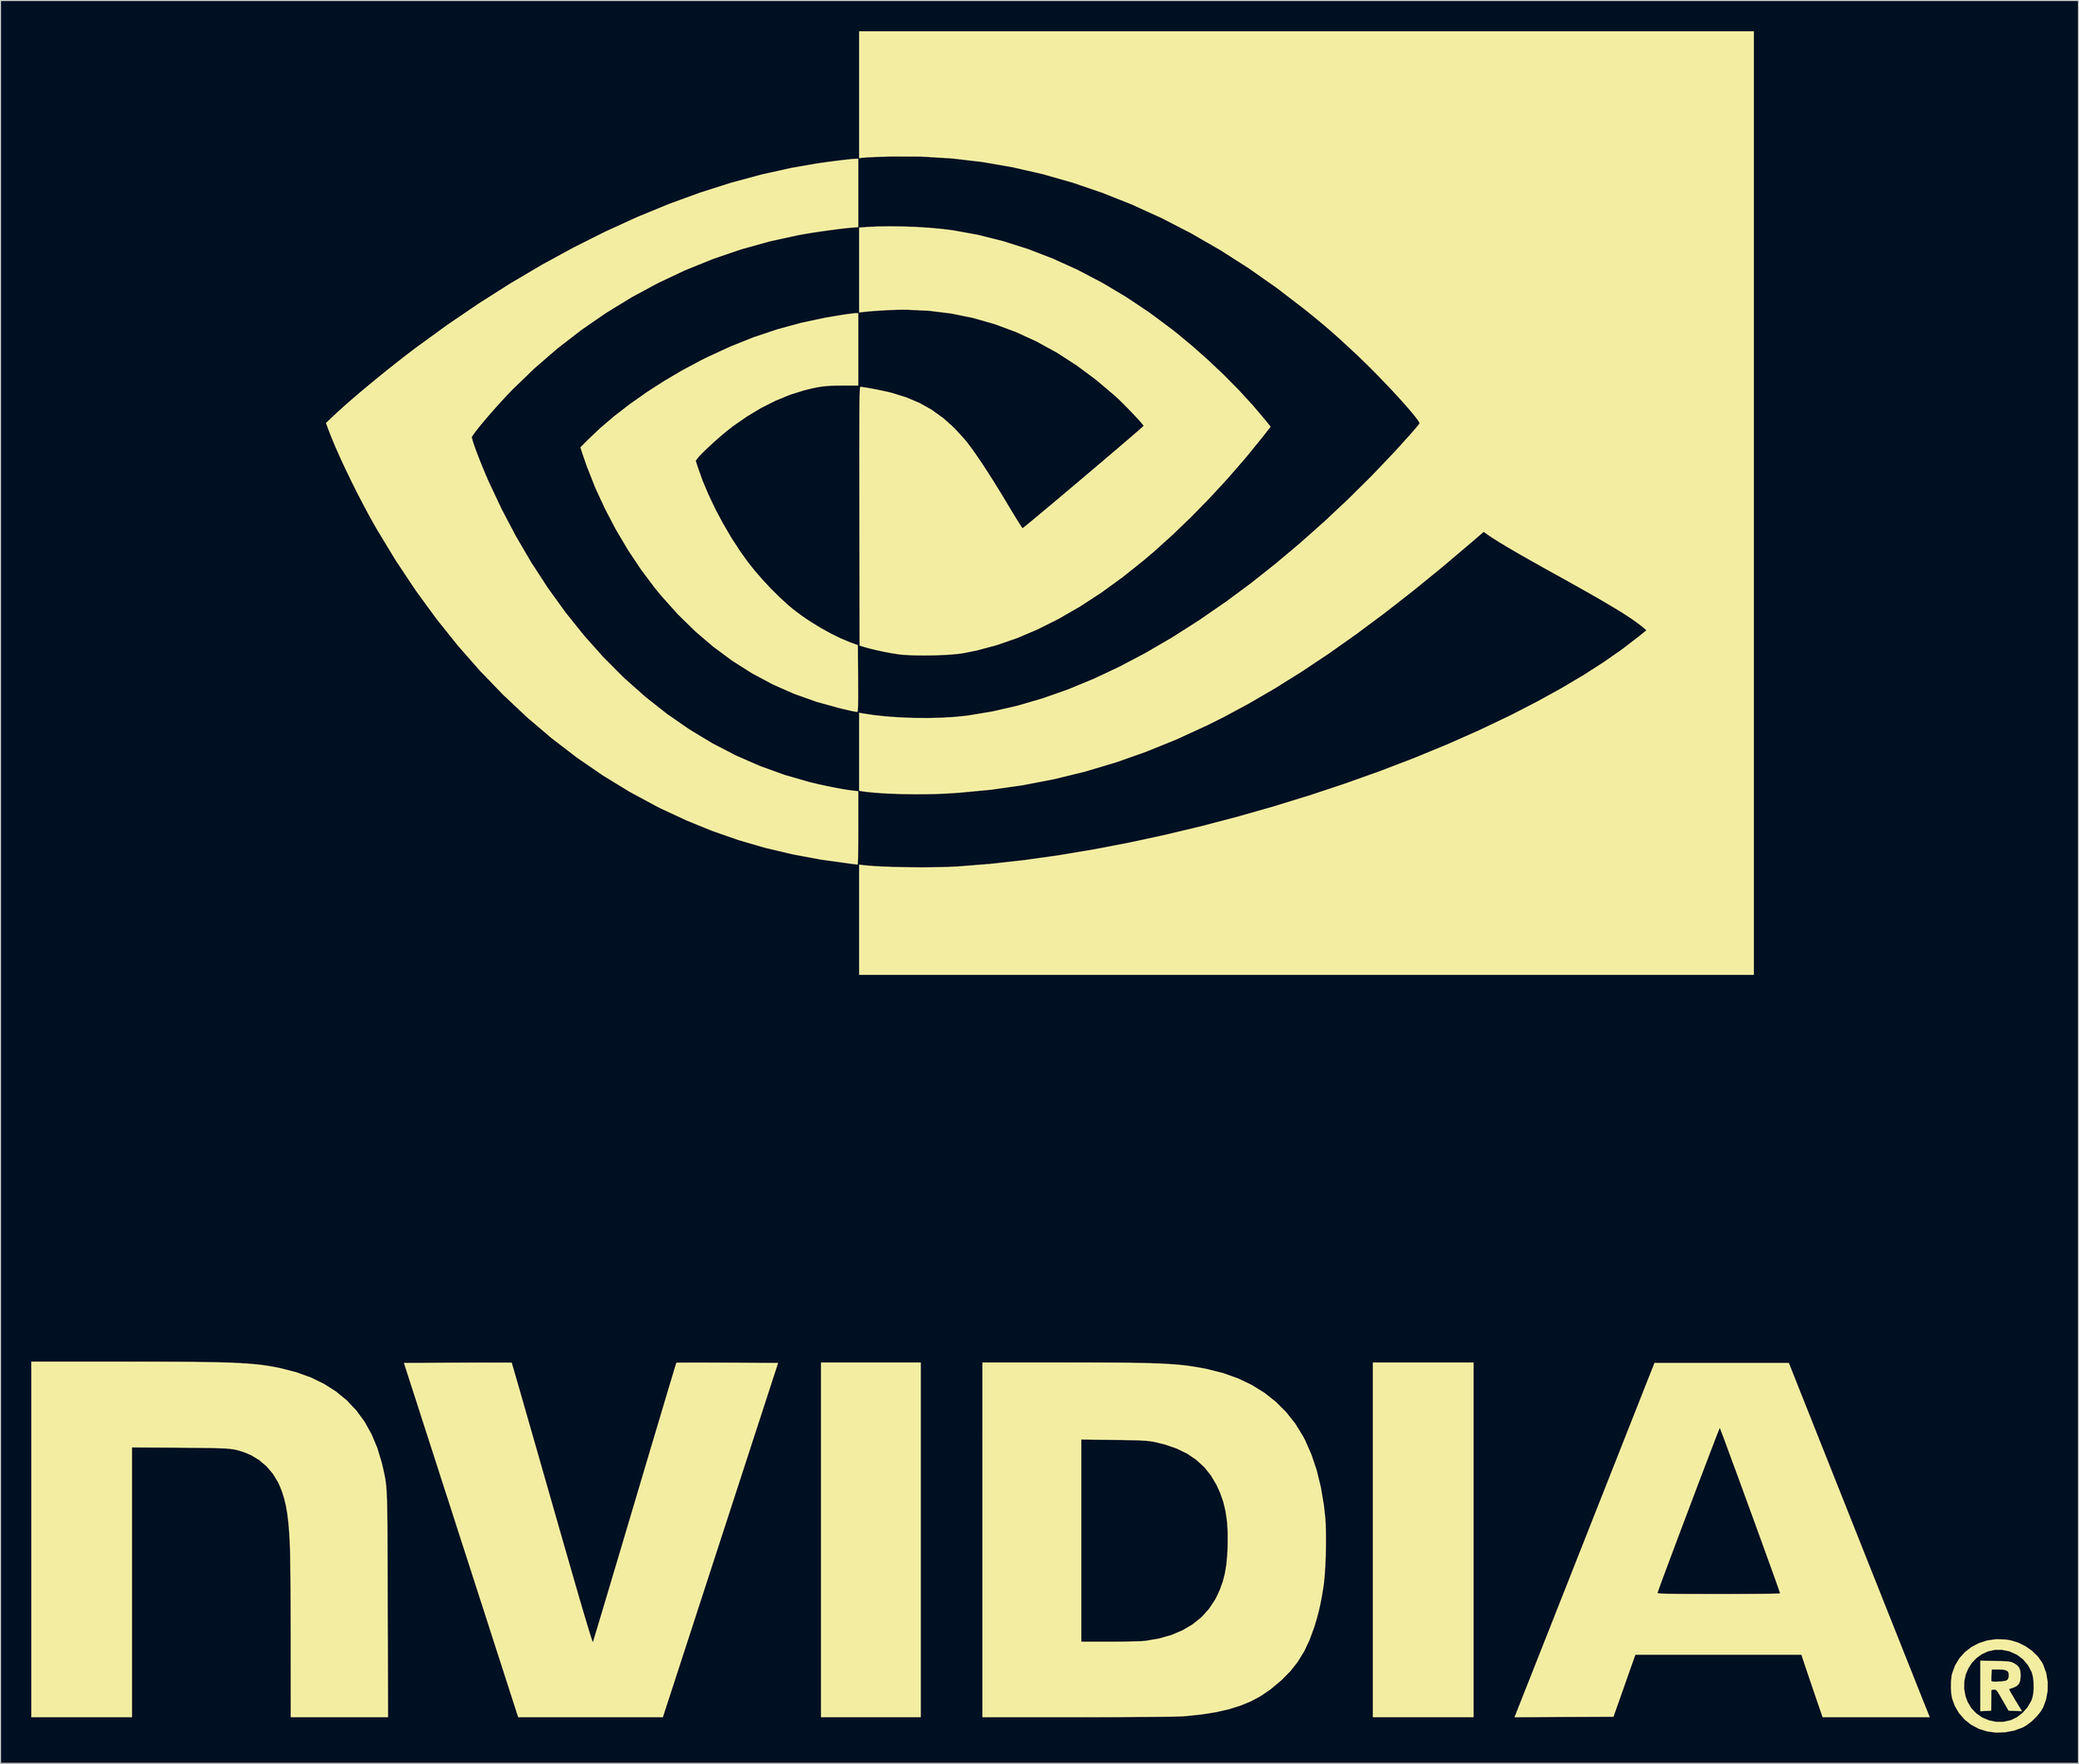
<source format=kicad_pcb>
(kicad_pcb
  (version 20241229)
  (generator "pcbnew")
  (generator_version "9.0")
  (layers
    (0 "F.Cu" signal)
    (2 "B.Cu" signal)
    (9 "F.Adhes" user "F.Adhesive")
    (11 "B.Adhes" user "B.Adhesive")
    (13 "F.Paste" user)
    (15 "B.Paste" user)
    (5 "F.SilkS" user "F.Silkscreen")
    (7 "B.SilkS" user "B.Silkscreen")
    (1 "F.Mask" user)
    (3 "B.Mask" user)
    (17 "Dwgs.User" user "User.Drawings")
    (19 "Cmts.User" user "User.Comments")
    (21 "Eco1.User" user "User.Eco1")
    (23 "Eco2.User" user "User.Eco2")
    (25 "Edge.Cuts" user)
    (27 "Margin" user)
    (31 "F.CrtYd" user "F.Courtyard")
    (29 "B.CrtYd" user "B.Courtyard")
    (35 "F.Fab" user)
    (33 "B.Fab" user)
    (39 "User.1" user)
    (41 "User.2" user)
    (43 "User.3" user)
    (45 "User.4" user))
  (footprint "nvidia_20x20_F"
    (layer "F.Cu")
    (at 98.388 85.942)
    (property "Reference" "nvidia_20x20_F" (at 0 0 0) (layer "F.SilkS") (effects (font (size 1.524 1.524) (thickness 0.3))))
    (attr through_hole)
    (fp_poly (pts (xy -11.599 78.655) (xy -21.336 78.655) (xy -21.336 44.027) (xy -11.599 44.027) (xy -11.599 78.655)) (stroke (width 0.01) (type solid)) (fill yes) (layer "F.SilkS"))
    (fp_poly (pts (xy 42.333 78.655) (xy 32.512 78.655) (xy 32.512 44.027) (xy 42.333 44.027) (xy 42.333 78.655)) (stroke (width 0.01) (type solid)) (fill yes) (layer "F.SilkS"))
    (fp_poly (pts (xy 93.239 73.166) (xy 93.787 73.179) (xy 94.194 73.195) (xy 94.492 73.218) (xy 94.708 73.251) (xy 94.873 73.298) (xy 95.017 73.361) (xy 95.034 73.369) (xy 95.369 73.587) (xy 95.579 73.84) (xy 95.687 74.172) (xy 95.715 74.591) (xy 95.68 75.047) (xy 95.561 75.376) (xy 95.341 75.607) (xy 95.002 75.77) (xy 94.988 75.775) (xy 94.76 75.853) (xy 94.61 75.908) (xy 94.582 75.92) (xy 94.612 75.996) (xy 94.716 76.19) (xy 94.881 76.476) (xy 95.09 76.829) (xy 95.197 77.006) (xy 95.844 78.07) (xy 95.19 78.045) (xy 94.536 78.02) (xy 93.942 76.979) (xy 93.705 76.568) (xy 93.532 76.283) (xy 93.405 76.102) (xy 93.306 76.003) (xy 93.216 75.964) (xy 93.118 75.962) (xy 93.105 75.963) (xy 92.863 75.988) (xy 92.85 77.004) (xy 92.837 78.02) (xy 92.308 78.046) (xy 91.779 78.071) (xy 91.779 74.845) (xy 92.856 74.845) (xy 92.859 75.059) (xy 92.872 75.149) (xy 92.988 75.178) (xy 93.22 75.188) (xy 93.518 75.181) (xy 93.83 75.16) (xy 94.106 75.127) (xy 94.293 75.086) (xy 94.319 75.075) (xy 94.467 74.958) (xy 94.539 74.767) (xy 94.556 74.618) (xy 94.544 74.356) (xy 94.449 74.175) (xy 94.249 74.065) (xy 93.922 74.011) (xy 93.545 73.999) (xy 92.894 73.999) (xy 92.865 74.556) (xy 92.856 74.845) (xy 91.779 74.845) (xy 91.779 73.138) (xy 93.239 73.166)) (stroke (width 0.01) (type solid)) (fill yes) (layer "F.SilkS"))
    (fp_poly (pts (xy 94.181 71.067) (xy 94.763 71.159) (xy 95.5 71.387) (xy 96.204 71.74) (xy 96.843 72.195) (xy 97.386 72.728) (xy 97.804 73.317) (xy 97.909 73.519) (xy 98.207 74.35) (xy 98.352 75.222) (xy 98.342 76.106) (xy 98.178 76.975) (xy 97.909 77.695) (xy 97.637 78.145) (xy 97.251 78.613) (xy 96.797 79.054) (xy 96.317 79.425) (xy 95.927 79.651) (xy 95.088 79.96) (xy 94.188 80.129) (xy 93.272 80.155) (xy 92.456 80.047) (xy 91.633 79.789) (xy 90.887 79.393) (xy 90.236 78.874) (xy 89.694 78.249) (xy 89.279 77.532) (xy 89.03 76.831) (xy 88.944 76.342) (xy 88.914 75.875) (xy 90.197 75.875) (xy 90.326 76.592) (xy 90.539 77.172) (xy 90.908 77.784) (xy 91.395 78.294) (xy 91.975 78.692) (xy 92.624 78.968) (xy 93.316 79.11) (xy 94.027 79.11) (xy 94.733 78.956) (xy 94.765 78.945) (xy 95.359 78.655) (xy 95.907 78.23) (xy 96.373 77.704) (xy 96.726 77.113) (xy 96.833 76.848) (xy 96.938 76.401) (xy 96.986 75.861) (xy 96.979 75.29) (xy 96.919 74.748) (xy 96.806 74.299) (xy 96.788 74.253) (xy 96.429 73.568) (xy 95.948 73) (xy 95.353 72.555) (xy 94.649 72.239) (xy 94.585 72.219) (xy 93.865 72.073) (xy 93.175 72.081) (xy 92.527 72.228) (xy 91.933 72.498) (xy 91.406 72.876) (xy 90.958 73.348) (xy 90.6 73.899) (xy 90.346 74.514) (xy 90.208 75.178) (xy 90.197 75.875) (xy 88.914 75.875) (xy 88.907 75.765) (xy 88.918 75.17) (xy 88.977 74.629) (xy 89.026 74.397) (xy 89.315 73.607) (xy 89.737 72.905) (xy 90.276 72.302) (xy 90.917 71.806) (xy 91.644 71.425) (xy 92.441 71.169) (xy 93.292 71.047) (xy 94.181 71.067)) (stroke (width 0.01) (type solid)) (fill yes) (layer "F.SilkS"))
    (fp_poly (pts (xy -89.725 43.944) (xy -87.967 43.945) (xy -86.367 43.948) (xy -84.916 43.953) (xy -83.605 43.961) (xy -82.422 43.971) (xy -81.357 43.985) (xy -80.401 44.003) (xy -79.543 44.025) (xy -78.773 44.052) (xy -78.082 44.084) (xy -77.458 44.121) (xy -76.891 44.164) (xy -76.372 44.213) (xy -75.891 44.269) (xy -75.436 44.333) (xy -74.999 44.404) (xy -74.569 44.482) (xy -74.135 44.57) (xy -74.053 44.587) (xy -72.516 44.982) (xy -71.102 45.494) (xy -69.811 46.123) (xy -68.643 46.868) (xy -67.596 47.731) (xy -66.672 48.71) (xy -65.87 49.807) (xy -65.19 51.022) (xy -64.631 52.354) (xy -64.194 53.804) (xy -64.103 54.187) (xy -64.038 54.474) (xy -63.979 54.734) (xy -63.927 54.976) (xy -63.88 55.21) (xy -63.838 55.446) (xy -63.802 55.694) (xy -63.77 55.963) (xy -63.742 56.263) (xy -63.719 56.605) (xy -63.699 56.998) (xy -63.682 57.451) (xy -63.668 57.975) (xy -63.656 58.579) (xy -63.647 59.273) (xy -63.639 60.068) (xy -63.633 60.971) (xy -63.628 61.995) (xy -63.623 63.147) (xy -63.619 64.439) (xy -63.615 65.88) (xy -63.61 67.479) (xy -63.61 67.627) (xy -63.578 78.655) (xy -73.067 78.655) (xy -73.07 71.311) (xy -73.071 70.154) (xy -73.075 69.005) (xy -73.079 67.882) (xy -73.085 66.801) (xy -73.093 65.779) (xy -73.101 64.833) (xy -73.111 63.98) (xy -73.121 63.237) (xy -73.132 62.621) (xy -73.144 62.15) (xy -73.15 61.976) (xy -73.21 60.78) (xy -73.293 59.731) (xy -73.404 58.807) (xy -73.546 57.989) (xy -73.724 57.254) (xy -73.941 56.581) (xy -74.201 55.95) (xy -74.315 55.711) (xy -74.802 54.903) (xy -75.412 54.182) (xy -76.123 53.57) (xy -76.911 53.086) (xy -77.526 52.826) (xy -77.793 52.734) (xy -78.034 52.656) (xy -78.265 52.59) (xy -78.501 52.535) (xy -78.76 52.491) (xy -79.056 52.455) (xy -79.405 52.427) (xy -79.824 52.405) (xy -80.327 52.389) (xy -80.932 52.376) (xy -81.654 52.366) (xy -82.509 52.358) (xy -83.513 52.35) (xy -83.841 52.348) (xy -88.561 52.314) (xy -88.561 78.655) (xy -98.383 78.655) (xy -98.383 43.942) (xy -89.725 43.944)) (stroke (width 0.01) (type solid)) (fill yes) (layer "F.SilkS"))
    (fp_poly (pts (xy -17.695 -54.885) (xy -17.695 -51.35) (xy -19.24 -51.35) (xy -19.967 -51.343) (xy -20.576 -51.319) (xy -21.119 -51.27) (xy -21.646 -51.191) (xy -22.21 -51.075) (xy -22.862 -50.915) (xy -23.012 -50.876) (xy -24.375 -50.448) (xy -25.771 -49.873) (xy -27.175 -49.163) (xy -28.564 -48.33) (xy -29.915 -47.388) (xy -30.48 -46.95) (xy -30.886 -46.616) (xy -31.33 -46.234) (xy -31.787 -45.827) (xy -32.23 -45.42) (xy -32.636 -45.036) (xy -32.978 -44.698) (xy -33.231 -44.431) (xy -33.332 -44.31) (xy -33.557 -44.014) (xy -33.364 -43.407) (xy -32.9 -42.099) (xy -32.322 -40.72) (xy -31.649 -39.305) (xy -30.899 -37.89) (xy -30.091 -36.509) (xy -29.242 -35.198) (xy -28.502 -34.163) (xy -27.805 -33.284) (xy -27.022 -32.38) (xy -26.188 -31.488) (xy -25.339 -30.647) (xy -24.512 -29.893) (xy -24.003 -29.468) (xy -23.196 -28.862) (xy -22.297 -28.258) (xy -21.347 -27.679) (xy -20.387 -27.148) (xy -19.455 -26.687) (xy -18.592 -26.321) (xy -18.415 -26.255) (xy -17.738 -26.01) (xy -17.716 -22.742) (xy -17.711 -21.881) (xy -17.709 -21.176) (xy -17.712 -20.614) (xy -17.718 -20.182) (xy -17.729 -19.866) (xy -17.745 -19.654) (xy -17.766 -19.531) (xy -17.793 -19.486) (xy -17.8 -19.485) (xy -17.963 -19.508) (xy -18.119 -19.533) (xy -18.274 -19.565) (xy -18.559 -19.629) (xy -18.938 -19.717) (xy -19.375 -19.819) (xy -19.556 -19.863) (xy -21.79 -20.481) (xy -23.951 -21.252) (xy -26.037 -22.175) (xy -28.049 -23.25) (xy -29.985 -24.476) (xy -31.846 -25.853) (xy -33.631 -27.381) (xy -35.339 -29.059) (xy -36.969 -30.887) (xy -37.57 -31.623) (xy -38.901 -33.4) (xy -40.163 -35.297) (xy -41.339 -37.281) (xy -42.411 -39.322) (xy -43.363 -41.389) (xy -44.178 -43.451) (xy -44.491 -44.353) (xy -44.809 -45.315) (xy -44.1 -46.032) (xy -42.863 -47.207) (xy -41.48 -48.384) (xy -39.971 -49.549) (xy -38.358 -50.686) (xy -36.664 -51.779) (xy -34.91 -52.815) (xy -33.117 -53.777) (xy -32.554 -54.06) (xy -30.232 -55.135) (xy -27.93 -56.057) (xy -25.62 -56.833) (xy -23.274 -57.473) (xy -20.865 -57.986) (xy -19.262 -58.254) (xy -18.828 -58.316) (xy -18.436 -58.368) (xy -18.127 -58.404) (xy -17.94 -58.419) (xy -17.928 -58.419) (xy -17.695 -58.42) (xy -17.695 -54.885)) (stroke (width 0.01) (type solid)) (fill yes) (layer "F.SilkS"))
    (fp_poly (pts (xy -52.809 44.039) (xy -52.285 44.04) (xy -51.885 44.042) (xy -51.622 44.045) (xy -51.513 44.049) (xy -51.511 44.05) (xy -51.485 44.133) (xy -51.416 44.37) (xy -51.304 44.753) (xy -51.154 45.273) (xy -50.967 45.923) (xy -50.745 46.694) (xy -50.492 47.577) (xy -50.209 48.563) (xy -49.898 49.646) (xy -49.563 50.815) (xy -49.206 52.063) (xy -48.829 53.381) (xy -48.434 54.761) (xy -48.025 56.194) (xy -47.602 57.672) (xy -47.571 57.781) (xy -47.024 59.697) (xy -46.52 61.454) (xy -46.061 63.054) (xy -45.644 64.502) (xy -45.269 65.8) (xy -44.934 66.952) (xy -44.639 67.961) (xy -44.383 68.831) (xy -44.164 69.565) (xy -43.982 70.167) (xy -43.835 70.64) (xy -43.723 70.987) (xy -43.645 71.211) (xy -43.599 71.317) (xy -43.587 71.325) (xy -43.556 71.227) (xy -43.479 70.976) (xy -43.359 70.579) (xy -43.199 70.046) (xy -43 69.384) (xy -42.766 68.603) (xy -42.5 67.711) (xy -42.203 66.716) (xy -41.878 65.628) (xy -41.529 64.454) (xy -41.156 63.203) (xy -40.764 61.884) (xy -40.354 60.505) (xy -39.929 59.075) (xy -39.498 57.624) (xy -39.062 56.155) (xy -38.638 54.729) (xy -38.23 53.356) (xy -37.839 52.044) (xy -37.469 50.802) (xy -37.122 49.637) (xy -36.801 48.559) (xy -36.507 47.576) (xy -36.244 46.695) (xy -36.014 45.927) (xy -35.82 45.279) (xy -35.664 44.759) (xy -35.548 44.376) (xy -35.475 44.139) (xy -35.448 44.056) (xy -35.448 44.056) (xy -35.36 44.051) (xy -35.118 44.046) (xy -34.736 44.043) (xy -34.23 44.041) (xy -33.614 44.04) (xy -32.904 44.04) (xy -32.114 44.042) (xy -31.26 44.044) (xy -30.469 44.047) (xy -25.521 44.069) (xy -30.435 59.184) (xy -30.95 60.768) (xy -31.457 62.33) (xy -31.955 63.86) (xy -32.439 65.348) (xy -32.906 66.786) (xy -33.354 68.163) (xy -33.779 69.471) (xy -34.178 70.7) (xy -34.549 71.84) (xy -34.887 72.882) (xy -35.191 73.816) (xy -35.457 74.634) (xy -35.681 75.325) (xy -35.862 75.88) (xy -35.995 76.29) (xy -36.056 76.477) (xy -36.763 78.655) (xy -50.879 78.655) (xy -51.309 77.322) (xy -51.378 77.107) (xy -51.496 76.739) (xy -51.661 76.228) (xy -51.87 75.58) (xy -52.12 74.806) (xy -52.407 73.913) (xy -52.731 72.911) (xy -53.086 71.807) (xy -53.472 70.61) (xy -53.885 69.329) (xy -54.322 67.972) (xy -54.781 66.548) (xy -55.259 65.066) (xy -55.753 63.533) (xy -56.261 61.959) (xy -56.779 60.352) (xy -56.883 60.029) (xy -62.027 44.069) (xy -56.781 44.047) (xy -55.855 44.044) (xy -54.98 44.041) (xy -54.172 44.04) (xy -53.443 44.039) (xy -52.809 44.039)) (stroke (width 0.01) (type solid)) (fill yes) (layer "F.SilkS"))
    (fp_poly (pts (xy 2.434 44.027) (xy 4.055 44.028) (xy 5.517 44.031) (xy 6.834 44.037) (xy 8.017 44.046) (xy 9.076 44.058) (xy 10.025 44.075) (xy 10.875 44.097) (xy 11.637 44.124) (xy 12.323 44.157) (xy 12.944 44.196) (xy 13.513 44.243) (xy 14.041 44.296) (xy 14.54 44.358) (xy 15.021 44.429) (xy 15.497 44.508) (xy 15.978 44.597) (xy 16.327 44.666) (xy 17.885 45.056) (xy 19.34 45.574) (xy 20.688 46.218) (xy 21.925 46.984) (xy 23.048 47.872) (xy 24.054 48.877) (xy 24.939 49.998) (xy 25.699 51.232) (xy 25.905 51.629) (xy 26.522 53.036) (xy 27.031 54.554) (xy 27.432 56.19) (xy 27.728 57.95) (xy 27.86 59.117) (xy 27.903 59.75) (xy 27.928 60.504) (xy 27.935 61.342) (xy 27.926 62.227) (xy 27.902 63.121) (xy 27.863 63.987) (xy 27.811 64.786) (xy 27.746 65.482) (xy 27.69 65.913) (xy 27.541 66.822) (xy 27.39 67.613) (xy 27.226 68.338) (xy 27.036 69.049) (xy 26.808 69.798) (xy 26.782 69.879) (xy 26.328 71.122) (xy 25.804 72.23) (xy 25.19 73.232) (xy 24.467 74.153) (xy 23.616 75.02) (xy 22.619 75.86) (xy 22.419 76.013) (xy 21.559 76.596) (xy 20.624 77.098) (xy 19.601 77.523) (xy 18.476 77.876) (xy 17.235 78.16) (xy 15.864 78.38) (xy 14.35 78.541) (xy 14.012 78.567) (xy 13.736 78.581) (xy 13.3 78.594) (xy 12.714 78.606) (xy 11.985 78.616) (xy 11.125 78.626) (xy 10.141 78.634) (xy 9.044 78.641) (xy 7.842 78.647) (xy 6.546 78.651) (xy 5.163 78.654) (xy 3.704 78.655) (xy 3.619 78.655) (xy -5.588 78.655) (xy -5.588 71.289) (xy 4.064 71.289) (xy 6.839 71.289) (xy 7.547 71.287) (xy 8.234 71.279) (xy 8.873 71.267) (xy 9.437 71.252) (xy 9.898 71.233) (xy 10.23 71.213) (xy 10.332 71.203) (xy 11.647 70.977) (xy 12.853 70.632) (xy 13.946 70.17) (xy 14.921 69.594) (xy 15.775 68.907) (xy 16.504 68.109) (xy 17.105 67.205) (xy 17.251 66.929) (xy 17.594 66.182) (xy 17.863 65.433) (xy 18.066 64.651) (xy 18.21 63.8) (xy 18.302 62.847) (xy 18.346 61.891) (xy 18.349 60.661) (xy 18.282 59.558) (xy 18.139 58.557) (xy 17.915 57.628) (xy 17.606 56.745) (xy 17.271 56.007) (xy 16.718 55.065) (xy 16.058 54.241) (xy 15.285 53.53) (xy 14.392 52.927) (xy 13.375 52.43) (xy 12.227 52.034) (xy 11.298 51.805) (xy 11.06 51.758) (xy 10.82 51.719) (xy 10.558 51.688) (xy 10.253 51.662) (xy 9.885 51.642) (xy 9.433 51.625) (xy 8.875 51.612) (xy 8.192 51.599) (xy 7.362 51.588) (xy 7.26 51.586) (xy 4.064 51.545) (xy 4.064 71.289) (xy -5.588 71.289) (xy -5.588 44.027) (xy 2.434 44.027)) (stroke (width 0.01) (type solid)) (fill yes) (layer "F.SilkS"))
    (fp_poly (pts (xy 79.551 60.325) (xy 80.188 61.929) (xy 80.812 63.499) (xy 81.42 65.028) (xy 82.008 66.508) (xy 82.573 67.931) (xy 83.113 69.289) (xy 83.624 70.573) (xy 84.102 71.777) (xy 84.545 72.892) (xy 84.95 73.909) (xy 85.313 74.822) (xy 85.631 75.621) (xy 85.901 76.3) (xy 86.12 76.85) (xy 86.284 77.263) (xy 86.391 77.532) (xy 86.426 77.618) (xy 86.843 78.655) (xy 76.389 78.655) (xy 75.629 76.433) (xy 75.413 75.8) (xy 75.2 75.172) (xy 74.999 74.582) (xy 74.823 74.061) (xy 74.682 73.641) (xy 74.596 73.385) (xy 74.323 72.559) (xy 58.12 72.559) (xy 57.053 75.586) (xy 55.985 78.613) (xy 51.159 78.635) (xy 46.333 78.657) (xy 47.93 74.613) (xy 48.141 74.078) (xy 48.41 73.397) (xy 48.732 72.582) (xy 49.102 71.645) (xy 49.516 70.597) (xy 49.968 69.451) (xy 50.455 68.219) (xy 50.971 66.911) (xy 51.123 66.527) (xy 60.282 66.527) (xy 60.314 66.548) (xy 60.417 66.566) (xy 60.601 66.582) (xy 60.875 66.595) (xy 61.25 66.606) (xy 61.734 66.615) (xy 62.338 66.622) (xy 63.071 66.627) (xy 63.944 66.63) (xy 64.965 66.632) (xy 66.146 66.633) (xy 66.247 66.633) (xy 67.236 66.632) (xy 68.175 66.629) (xy 69.049 66.625) (xy 69.847 66.62) (xy 70.553 66.613) (xy 71.154 66.605) (xy 71.637 66.597) (xy 71.988 66.587) (xy 72.194 66.577) (xy 72.244 66.569) (xy 72.219 66.485) (xy 72.141 66.254) (xy 72.014 65.891) (xy 71.842 65.407) (xy 71.631 64.816) (xy 71.385 64.131) (xy 71.109 63.365) (xy 70.807 62.53) (xy 70.485 61.64) (xy 70.147 60.708) (xy 69.797 59.746) (xy 69.441 58.767) (xy 69.083 57.785) (xy 68.728 56.812) (xy 68.381 55.861) (xy 68.046 54.946) (xy 67.727 54.078) (xy 67.431 53.272) (xy 67.161 52.54) (xy 66.922 51.895) (xy 66.719 51.349) (xy 66.557 50.917) (xy 66.44 50.61) (xy 66.373 50.442) (xy 66.359 50.414) (xy 66.325 50.485) (xy 66.237 50.703) (xy 66.098 51.054) (xy 65.916 51.525) (xy 65.693 52.104) (xy 65.435 52.777) (xy 65.147 53.532) (xy 64.833 54.356) (xy 64.499 55.236) (xy 64.149 56.159) (xy 63.788 57.114) (xy 63.421 58.086) (xy 63.052 59.063) (xy 62.687 60.032) (xy 62.331 60.981) (xy 61.987 61.897) (xy 61.662 62.766) (xy 61.359 63.576) (xy 61.084 64.315) (xy 60.842 64.969) (xy 60.637 65.526) (xy 60.474 65.972) (xy 60.358 66.296) (xy 60.293 66.484) (xy 60.282 66.527) (xy 51.123 66.527) (xy 51.512 65.54) (xy 52.074 64.117) (xy 52.651 62.655) (xy 53.239 61.165) (xy 53.834 59.659) (xy 54.43 58.149) (xy 54.757 57.319) (xy 59.988 44.069) (xy 73.094 44.069) (xy 79.551 60.325)) (stroke (width 0.01) (type solid)) (fill yes) (layer "F.SilkS"))
    (fp_poly (pts (xy -17.695 -66.82) (xy -18.394 -66.762) (xy -18.97 -66.705) (xy -19.669 -66.623) (xy -20.448 -66.522) (xy -21.265 -66.407) (xy -22.076 -66.285) (xy -22.838 -66.161) (xy -23.505 -66.043) (xy -26.331 -65.427) (xy -29.122 -64.648) (xy -31.871 -63.71) (xy -34.569 -62.617) (xy -37.21 -61.374) (xy -39.785 -59.985) (xy -42.287 -58.454) (xy -44.708 -56.784) (xy -47.04 -54.981) (xy -49.275 -53.049) (xy -51.406 -50.991) (xy -51.438 -50.958) (xy -51.954 -50.421) (xy -52.489 -49.845) (xy -53.028 -49.251) (xy -53.552 -48.657) (xy -54.045 -48.084) (xy -54.491 -47.55) (xy -54.872 -47.076) (xy -55.173 -46.681) (xy -55.375 -46.384) (xy -55.401 -46.341) (xy -55.392 -46.226) (xy -55.325 -45.975) (xy -55.207 -45.61) (xy -55.045 -45.152) (xy -54.847 -44.622) (xy -54.621 -44.04) (xy -54.375 -43.428) (xy -54.117 -42.805) (xy -53.854 -42.193) (xy -53.786 -42.037) (xy -52.489 -39.276) (xy -51.081 -36.601) (xy -49.568 -34.023) (xy -47.957 -31.551) (xy -46.256 -29.195) (xy -44.469 -26.965) (xy -42.606 -24.872) (xy -40.672 -22.925) (xy -40.471 -22.734) (xy -38.432 -20.925) (xy -36.33 -19.271) (xy -34.166 -17.772) (xy -31.941 -16.429) (xy -29.658 -15.244) (xy -27.318 -14.217) (xy -24.923 -13.35) (xy -22.475 -12.642) (xy -22.364 -12.614) (xy -21.627 -12.438) (xy -20.851 -12.268) (xy -20.077 -12.111) (xy -19.346 -11.975) (xy -18.699 -11.869) (xy -18.224 -11.806) (xy -17.695 -11.747) (xy -17.695 -8.159) (xy -17.697 -7.399) (xy -17.701 -6.694) (xy -17.707 -6.062) (xy -17.716 -5.52) (xy -17.726 -5.085) (xy -17.738 -4.776) (xy -17.751 -4.608) (xy -17.759 -4.583) (xy -17.868 -4.597) (xy -18.099 -4.626) (xy -18.406 -4.662) (xy -18.457 -4.669) (xy -21.338 -5.07) (xy -24.108 -5.585) (xy -26.786 -6.219) (xy -29.393 -6.979) (xy -31.948 -7.871) (xy -34.47 -8.899) (xy -36.979 -10.07) (xy -37.338 -10.249) (xy -40.009 -11.69) (xy -42.617 -13.286) (xy -45.158 -15.035) (xy -47.63 -16.933) (xy -50.03 -18.979) (xy -52.356 -21.17) (xy -54.605 -23.502) (xy -56.774 -25.974) (xy -58.86 -28.582) (xy -60.861 -31.324) (xy -62.775 -34.197) (xy -64.597 -37.199) (xy -64.872 -37.677) (xy -65.445 -38.703) (xy -66.03 -39.794) (xy -66.613 -40.924) (xy -67.184 -42.067) (xy -67.729 -43.197) (xy -68.236 -44.289) (xy -68.692 -45.316) (xy -69.086 -46.253) (xy -69.405 -47.075) (xy -69.432 -47.152) (xy -69.629 -47.695) (xy -68.906 -48.384) (xy -68.282 -48.964) (xy -67.542 -49.623) (xy -66.708 -50.346) (xy -65.8 -51.113) (xy -64.841 -51.907) (xy -63.852 -52.711) (xy -62.855 -53.505) (xy -61.871 -54.273) (xy -60.922 -54.997) (xy -60.894 -55.018) (xy -57.83 -57.248) (xy -54.748 -59.347) (xy -51.653 -61.315) (xy -48.552 -63.147) (xy -45.449 -64.84) (xy -42.352 -66.393) (xy -39.265 -67.803) (xy -36.194 -69.066) (xy -33.146 -70.181) (xy -30.125 -71.144) (xy -27.139 -71.953) (xy -24.193 -72.605) (xy -21.844 -73.015) (xy -21.246 -73.104) (xy -20.619 -73.191) (xy -19.992 -73.274) (xy -19.395 -73.348) (xy -18.858 -73.41) (xy -18.408 -73.457) (xy -18.076 -73.484) (xy -17.928 -73.491) (xy -17.695 -73.491) (xy -17.695 -66.82)) (stroke (width 0.01) (type solid)) (fill yes) (layer "F.SilkS"))
    (fp_poly (pts (xy -13.338 -66.883) (xy -12.057 -66.834) (xy -10.796 -66.755) (xy -9.601 -66.648) (xy -8.519 -66.515) (xy -8.444 -66.504) (xy -6.012 -66.061) (xy -3.577 -65.452) (xy -1.148 -64.68) (xy 1.27 -63.748) (xy 3.671 -62.66) (xy 6.047 -61.417) (xy 8.392 -60.023) (xy 10.7 -58.482) (xy 12.963 -56.795) (xy 13.377 -56.467) (xy 14.959 -55.153) (xy 16.52 -53.763) (xy 18.035 -52.323) (xy 19.475 -50.86) (xy 20.812 -49.402) (xy 22.019 -47.975) (xy 22.043 -47.945) (xy 22.536 -47.334) (xy 21.788 -46.379) (xy 20.171 -44.384) (xy 18.457 -42.402) (xy 16.673 -40.46) (xy 14.845 -38.586) (xy 12.998 -36.805) (xy 11.159 -35.146) (xy 10.16 -34.294) (xy 8.066 -32.623) (xy 5.983 -31.113) (xy 3.913 -29.765) (xy 1.857 -28.578) (xy -0.182 -27.555) (xy -2.203 -26.696) (xy -4.204 -26.003) (xy -6.183 -25.475) (xy -7.451 -25.222) (xy -8.011 -25.146) (xy -8.701 -25.085) (xy -9.482 -25.04) (xy -10.316 -25.011) (xy -11.163 -24.999) (xy -11.986 -25.005) (xy -12.745 -25.029) (xy -13.402 -25.072) (xy -13.753 -25.11) (xy -14.433 -25.215) (xy -15.185 -25.356) (xy -15.944 -25.52) (xy -16.645 -25.692) (xy -17.06 -25.808) (xy -17.568 -25.96) (xy -17.59 -38.592) (xy -17.593 -40.326) (xy -17.595 -41.898) (xy -17.596 -43.317) (xy -17.597 -44.588) (xy -17.596 -45.721) (xy -17.595 -46.722) (xy -17.593 -47.599) (xy -17.59 -48.359) (xy -17.586 -49.011) (xy -17.58 -49.561) (xy -17.574 -50.017) (xy -17.566 -50.388) (xy -17.557 -50.679) (xy -17.546 -50.9) (xy -17.534 -51.057) (xy -17.521 -51.158) (xy -17.506 -51.211) (xy -17.492 -51.223) (xy -17.295 -51.206) (xy -16.968 -51.157) (xy -16.548 -51.084) (xy -16.07 -50.994) (xy -15.569 -50.894) (xy -15.083 -50.79) (xy -14.645 -50.69) (xy -14.405 -50.629) (xy -12.999 -50.192) (xy -11.701 -49.639) (xy -10.497 -48.96) (xy -9.372 -48.146) (xy -8.312 -47.188) (xy -7.301 -46.074) (xy -7.082 -45.805) (xy -6.681 -45.278) (xy -6.211 -44.618) (xy -5.682 -43.84) (xy -5.106 -42.96) (xy -4.491 -41.994) (xy -3.849 -40.957) (xy -3.19 -39.866) (xy -3.133 -39.77) (xy -2.792 -39.201) (xy -2.478 -38.683) (xy -2.2 -38.231) (xy -1.97 -37.863) (xy -1.798 -37.596) (xy -1.695 -37.448) (xy -1.671 -37.423) (xy -1.594 -37.476) (xy -1.401 -37.63) (xy -1.101 -37.874) (xy -0.707 -38.199) (xy -0.228 -38.597) (xy 0.324 -39.058) (xy 0.937 -39.571) (xy 1.602 -40.129) (xy 2.306 -40.722) (xy 3.038 -41.34) (xy 3.789 -41.973) (xy 4.546 -42.614) (xy 5.298 -43.251) (xy 6.035 -43.876) (xy 6.745 -44.48) (xy 7.417 -45.053) (xy 8.04 -45.585) (xy 8.604 -46.068) (xy 9.097 -46.492) (xy 9.507 -46.848) (xy 9.825 -47.125) (xy 10.038 -47.316) (xy 10.137 -47.41) (xy 10.142 -47.418) (xy 10.06 -47.54) (xy 9.878 -47.759) (xy 9.615 -48.054) (xy 9.292 -48.404) (xy 8.929 -48.787) (xy 8.546 -49.182) (xy 8.164 -49.568) (xy 7.802 -49.924) (xy 7.481 -50.228) (xy 7.387 -50.315) (xy 5.526 -51.893) (xy 3.623 -53.31) (xy 1.679 -54.565) (xy -0.306 -55.656) (xy -2.329 -56.584) (xy -4.391 -57.348) (xy -6.49 -57.948) (xy -8.625 -58.383) (xy -10.794 -58.652) (xy -12.997 -58.756) (xy -13.293 -58.758) (xy -13.87 -58.749) (xy -14.546 -58.725) (xy -15.267 -58.689) (xy -15.979 -58.644) (xy -16.629 -58.593) (xy -17.163 -58.539) (xy -17.166 -58.538) (xy -17.611 -58.485) (xy -17.611 -66.777) (xy -16.836 -66.832) (xy -15.773 -66.883) (xy -14.592 -66.9) (xy -13.338 -66.883)) (stroke (width 0.01) (type solid)) (fill yes) (layer "F.SilkS"))
    (fp_poly (pts (xy 69.681 6.181) (xy -17.611 6.181) (xy -17.611 -4.582) (xy -17.251 -4.534) (xy -16.726 -4.479) (xy -16.059 -4.431) (xy -15.275 -4.39) (xy -14.402 -4.358) (xy -13.465 -4.335) (xy -12.492 -4.321) (xy -11.509 -4.316) (xy -10.542 -4.321) (xy -9.618 -4.336) (xy -8.763 -4.362) (xy -8.004 -4.398) (xy -7.915 -4.404) (xy -4.771 -4.656) (xy -1.52 -5.019) (xy 1.822 -5.487) (xy 5.237 -6.057) (xy 8.708 -6.723) (xy 12.22 -7.481) (xy 15.754 -8.326) (xy 19.295 -9.254) (xy 22.824 -10.26) (xy 26.326 -11.339) (xy 29.783 -12.487) (xy 33.178 -13.699) (xy 36.495 -14.97) (xy 39.717 -16.296) (xy 42.826 -17.672) (xy 45.807 -19.094) (xy 46.14 -19.26) (xy 48.625 -20.543) (xy 50.94 -21.823) (xy 53.087 -23.097) (xy 55.064 -24.368) (xy 56.873 -25.635) (xy 58.512 -26.898) (xy 58.579 -26.952) (xy 59.204 -27.461) (xy 58.918 -27.703) (xy 58.597 -27.964) (xy 58.232 -28.24) (xy 57.812 -28.536) (xy 57.327 -28.86) (xy 56.77 -29.216) (xy 56.129 -29.61) (xy 55.395 -30.047) (xy 54.56 -30.535) (xy 53.613 -31.077) (xy 52.545 -31.681) (xy 51.347 -32.352) (xy 50.009 -33.094) (xy 49.911 -33.149) (xy 48.634 -33.86) (xy 47.488 -34.506) (xy 46.477 -35.086) (xy 45.603 -35.598) (xy 44.871 -36.039) (xy 44.283 -36.409) (xy 43.865 -36.689) (xy 43.322 -37.069) (xy 42.171 -36.077) (xy 39.244 -33.597) (xy 36.384 -31.268) (xy 33.59 -29.088) (xy 30.857 -27.055) (xy 28.183 -25.166) (xy 25.564 -23.419) (xy 22.997 -21.813) (xy 20.478 -20.344) (xy 18.005 -19.01) (xy 16.375 -18.193) (xy 13.381 -16.816) (xy 10.398 -15.603) (xy 7.414 -14.551) (xy 4.416 -13.657) (xy 1.39 -12.917) (xy -1.675 -12.328) (xy -4.793 -11.886) (xy -7.977 -11.588) (xy -9.313 -11.506) (xy -10.249 -11.469) (xy -11.246 -11.451) (xy -12.275 -11.449) (xy -13.307 -11.465) (xy -14.31 -11.495) (xy -15.256 -11.541) (xy -16.114 -11.601) (xy -16.854 -11.674) (xy -17.293 -11.734) (xy -17.611 -11.784) (xy -17.611 -19.408) (xy -17.335 -19.356) (xy -16.233 -19.184) (xy -15.004 -19.051) (xy -13.688 -18.957) (xy -12.325 -18.903) (xy -10.952 -18.891) (xy -9.61 -18.921) (xy -8.338 -18.994) (xy -7.173 -19.111) (xy -7.027 -19.13) (xy -4.615 -19.532) (xy -2.183 -20.089) (xy 0.27 -20.804) (xy 2.748 -21.677) (xy 5.251 -22.709) (xy 7.782 -23.9) (xy 10.344 -25.253) (xy 12.939 -26.767) (xy 15.568 -28.444) (xy 18.234 -30.285) (xy 18.246 -30.294) (xy 20.619 -32.056) (xy 23.019 -33.959) (xy 25.421 -35.981) (xy 27.801 -38.099) (xy 30.135 -40.292) (xy 32.399 -42.538) (xy 34.569 -44.816) (xy 35.888 -46.27) (xy 36.235 -46.663) (xy 36.543 -47.018) (xy 36.795 -47.313) (xy 36.972 -47.527) (xy 37.056 -47.64) (xy 37.06 -47.647) (xy 37.027 -47.767) (xy 36.884 -47.993) (xy 36.643 -48.313) (xy 36.316 -48.715) (xy 35.913 -49.187) (xy 35.446 -49.717) (xy 34.927 -50.291) (xy 34.366 -50.897) (xy 33.774 -51.524) (xy 33.164 -52.159) (xy 32.546 -52.789) (xy 31.931 -53.403) (xy 31.331 -53.987) (xy 30.903 -54.393) (xy 30.133 -55.112) (xy 29.451 -55.74) (xy 28.826 -56.303) (xy 28.226 -56.829) (xy 27.619 -57.346) (xy 26.975 -57.882) (xy 26.26 -58.463) (xy 25.856 -58.789) (xy 23.142 -60.875) (xy 20.387 -62.811) (xy 17.596 -64.593) (xy 14.771 -66.22) (xy 11.917 -67.693) (xy 9.036 -69.008) (xy 6.134 -70.165) (xy 3.213 -71.162) (xy 0.277 -71.998) (xy -2.671 -72.671) (xy -5.626 -73.181) (xy -8.585 -73.526) (xy -11.544 -73.704) (xy -14.5 -73.714) (xy -14.563 -73.713) (xy -15.17 -73.695) (xy -15.749 -73.675) (xy -16.268 -73.654) (xy -16.699 -73.634) (xy -17.008 -73.615) (xy -17.124 -73.605) (xy -17.611 -73.552) (xy -17.611 -85.937) (xy 69.681 -85.937) (xy 69.681 6.181)) (stroke (width 0.01) (type solid)) (fill yes) (layer "F.SilkS")))
  (gr_rect
    (start -3 -3)
    (end 199.745 169.101)
    (stroke (width 0.1) (type default))
    (fill no)
    (layer "Edge.Cuts")))
</source>
